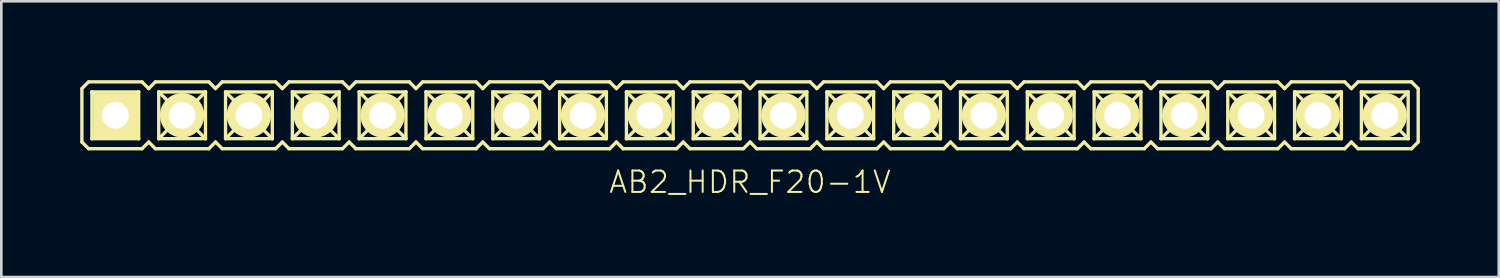
<source format=kicad_pcb>
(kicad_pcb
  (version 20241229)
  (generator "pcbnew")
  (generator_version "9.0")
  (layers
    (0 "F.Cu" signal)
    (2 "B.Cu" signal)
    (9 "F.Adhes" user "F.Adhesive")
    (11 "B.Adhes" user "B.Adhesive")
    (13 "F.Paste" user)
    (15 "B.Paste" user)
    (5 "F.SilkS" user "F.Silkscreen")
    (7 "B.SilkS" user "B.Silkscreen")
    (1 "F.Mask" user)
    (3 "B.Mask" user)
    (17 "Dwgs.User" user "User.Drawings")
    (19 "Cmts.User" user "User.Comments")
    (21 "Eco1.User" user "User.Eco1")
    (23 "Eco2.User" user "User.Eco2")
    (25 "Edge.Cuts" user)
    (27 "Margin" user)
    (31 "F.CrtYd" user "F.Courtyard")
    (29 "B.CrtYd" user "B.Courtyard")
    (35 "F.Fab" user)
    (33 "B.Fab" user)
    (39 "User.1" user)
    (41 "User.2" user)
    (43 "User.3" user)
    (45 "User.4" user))
  (footprint "AB2_HDR_F20-1V"
    (layer "F.Cu")
    (at 25.463 1.333)
    (property "Reference" "AB2_HDR_F20-1V" (at 0 2.54 0) (layer "F.SilkS") (effects (font (size 0.813 0.813) (thickness 0.076))))
    (attr through_hole)
    (fp_line (start -25.4 -1.016) (end -25.146 -1.27) (stroke (width 0.127) (type solid)) (layer "F.SilkS"))
    (fp_line (start -25.4 1.016) (end -25.4 -1.016) (stroke (width 0.127) (type solid)) (layer "F.SilkS"))
    (fp_line (start -25.146 -1.27) (end -23.114 -1.27) (stroke (width 0.127) (type solid)) (layer "F.SilkS"))
    (fp_line (start -25.146 1.27) (end -25.4 1.016) (stroke (width 0.127) (type solid)) (layer "F.SilkS"))
    (fp_line (start -25.019 -0.889) (end -23.241 -0.889) (stroke (width 0.127) (type solid)) (layer "F.SilkS"))
    (fp_line (start -25.019 0.889) (end -25.019 -0.889) (stroke (width 0.127) (type solid)) (layer "F.SilkS"))
    (fp_line (start -24.638 -0.508) (end -25.019 -0.889) (stroke (width 0.127) (type solid)) (layer "F.SilkS"))
    (fp_line (start -24.638 -0.508) (end -23.622 -0.508) (stroke (width 0.127) (type solid)) (layer "F.SilkS"))
    (fp_line (start -24.638 0.508) (end -25.019 0.889) (stroke (width 0.127) (type solid)) (layer "F.SilkS"))
    (fp_line (start -24.638 0.508) (end -24.638 -0.508) (stroke (width 0.127) (type solid)) (layer "F.SilkS"))
    (fp_line (start -23.622 -0.508) (end -23.622 0.508) (stroke (width 0.127) (type solid)) (layer "F.SilkS"))
    (fp_line (start -23.622 -0.508) (end -23.241 -0.889) (stroke (width 0.127) (type solid)) (layer "F.SilkS"))
    (fp_line (start -23.622 0.508) (end -24.638 0.508) (stroke (width 0.127) (type solid)) (layer "F.SilkS"))
    (fp_line (start -23.622 0.508) (end -23.241 0.889) (stroke (width 0.127) (type solid)) (layer "F.SilkS"))
    (fp_line (start -23.241 -0.889) (end -23.241 0.889) (stroke (width 0.127) (type solid)) (layer "F.SilkS"))
    (fp_line (start -23.241 0.889) (end -25.019 0.889) (stroke (width 0.127) (type solid)) (layer "F.SilkS"))
    (fp_line (start -23.114 -1.27) (end -22.86 -1.016) (stroke (width 0.127) (type solid)) (layer "F.SilkS"))
    (fp_line (start -23.114 1.27) (end -25.146 1.27) (stroke (width 0.127) (type solid)) (layer "F.SilkS"))
    (fp_line (start -22.86 -1.016) (end -22.606 -1.27) (stroke (width 0.127) (type solid)) (layer "F.SilkS"))
    (fp_line (start -22.86 1.016) (end -23.114 1.27) (stroke (width 0.127) (type solid)) (layer "F.SilkS"))
    (fp_line (start -22.606 -1.27) (end -20.574 -1.27) (stroke (width 0.127) (type solid)) (layer "F.SilkS"))
    (fp_line (start -22.606 1.27) (end -22.86 1.016) (stroke (width 0.127) (type solid)) (layer "F.SilkS"))
    (fp_line (start -22.479 -0.889) (end -20.701 -0.889) (stroke (width 0.127) (type solid)) (layer "F.SilkS"))
    (fp_line (start -22.479 0.889) (end -22.479 -0.889) (stroke (width 0.127) (type solid)) (layer "F.SilkS"))
    (fp_line (start -22.098 -0.508) (end -22.479 -0.889) (stroke (width 0.127) (type solid)) (layer "F.SilkS"))
    (fp_line (start -22.098 -0.508) (end -21.082 -0.508) (stroke (width 0.127) (type solid)) (layer "F.SilkS"))
    (fp_line (start -22.098 0.508) (end -22.479 0.889) (stroke (width 0.127) (type solid)) (layer "F.SilkS"))
    (fp_line (start -22.098 0.508) (end -22.098 -0.508) (stroke (width 0.127) (type solid)) (layer "F.SilkS"))
    (fp_line (start -21.082 -0.508) (end -21.082 0.508) (stroke (width 0.127) (type solid)) (layer "F.SilkS"))
    (fp_line (start -21.082 -0.508) (end -20.701 -0.889) (stroke (width 0.127) (type solid)) (layer "F.SilkS"))
    (fp_line (start -21.082 0.508) (end -22.098 0.508) (stroke (width 0.127) (type solid)) (layer "F.SilkS"))
    (fp_line (start -21.082 0.508) (end -20.701 0.889) (stroke (width 0.127) (type solid)) (layer "F.SilkS"))
    (fp_line (start -20.701 -0.889) (end -20.701 0.889) (stroke (width 0.127) (type solid)) (layer "F.SilkS"))
    (fp_line (start -20.701 0.889) (end -22.479 0.889) (stroke (width 0.127) (type solid)) (layer "F.SilkS"))
    (fp_line (start -20.574 -1.27) (end -20.32 -1.016) (stroke (width 0.127) (type solid)) (layer "F.SilkS"))
    (fp_line (start -20.574 1.27) (end -22.606 1.27) (stroke (width 0.127) (type solid)) (layer "F.SilkS"))
    (fp_line (start -20.32 -1.016) (end -20.066 -1.27) (stroke (width 0.127) (type solid)) (layer "F.SilkS"))
    (fp_line (start -20.32 1.016) (end -20.574 1.27) (stroke (width 0.127) (type solid)) (layer "F.SilkS"))
    (fp_line (start -20.066 -1.27) (end -18.034 -1.27) (stroke (width 0.127) (type solid)) (layer "F.SilkS"))
    (fp_line (start -20.066 1.27) (end -20.32 1.016) (stroke (width 0.127) (type solid)) (layer "F.SilkS"))
    (fp_line (start -19.939 -0.889) (end -18.161 -0.889) (stroke (width 0.127) (type solid)) (layer "F.SilkS"))
    (fp_line (start -19.939 0.889) (end -19.939 -0.889) (stroke (width 0.127) (type solid)) (layer "F.SilkS"))
    (fp_line (start -19.558 -0.508) (end -19.939 -0.889) (stroke (width 0.127) (type solid)) (layer "F.SilkS"))
    (fp_line (start -19.558 -0.508) (end -18.542 -0.508) (stroke (width 0.127) (type solid)) (layer "F.SilkS"))
    (fp_line (start -19.558 0.508) (end -19.939 0.889) (stroke (width 0.127) (type solid)) (layer "F.SilkS"))
    (fp_line (start -19.558 0.508) (end -19.558 -0.508) (stroke (width 0.127) (type solid)) (layer "F.SilkS"))
    (fp_line (start -18.542 -0.508) (end -18.542 0.508) (stroke (width 0.127) (type solid)) (layer "F.SilkS"))
    (fp_line (start -18.542 -0.508) (end -18.161 -0.889) (stroke (width 0.127) (type solid)) (layer "F.SilkS"))
    (fp_line (start -18.542 0.508) (end -19.558 0.508) (stroke (width 0.127) (type solid)) (layer "F.SilkS"))
    (fp_line (start -18.542 0.508) (end -18.161 0.889) (stroke (width 0.127) (type solid)) (layer "F.SilkS"))
    (fp_line (start -18.161 -0.889) (end -18.161 0.889) (stroke (width 0.127) (type solid)) (layer "F.SilkS"))
    (fp_line (start -18.161 0.889) (end -19.939 0.889) (stroke (width 0.127) (type solid)) (layer "F.SilkS"))
    (fp_line (start -18.034 -1.27) (end -17.78 -1.016) (stroke (width 0.127) (type solid)) (layer "F.SilkS"))
    (fp_line (start -18.034 1.27) (end -20.066 1.27) (stroke (width 0.127) (type solid)) (layer "F.SilkS"))
    (fp_line (start -17.78 -1.016) (end -17.526 -1.27) (stroke (width 0.127) (type solid)) (layer "F.SilkS"))
    (fp_line (start -17.78 1.016) (end -18.034 1.27) (stroke (width 0.127) (type solid)) (layer "F.SilkS"))
    (fp_line (start -17.526 -1.27) (end -15.494 -1.27) (stroke (width 0.127) (type solid)) (layer "F.SilkS"))
    (fp_line (start -17.526 1.27) (end -17.78 1.016) (stroke (width 0.127) (type solid)) (layer "F.SilkS"))
    (fp_line (start -17.399 -0.889) (end -15.621 -0.889) (stroke (width 0.127) (type solid)) (layer "F.SilkS"))
    (fp_line (start -17.399 0.889) (end -17.399 -0.889) (stroke (width 0.127) (type solid)) (layer "F.SilkS"))
    (fp_line (start -17.018 -0.508) (end -17.399 -0.889) (stroke (width 0.127) (type solid)) (layer "F.SilkS"))
    (fp_line (start -17.018 -0.508) (end -16.002 -0.508) (stroke (width 0.127) (type solid)) (layer "F.SilkS"))
    (fp_line (start -17.018 0.508) (end -17.399 0.889) (stroke (width 0.127) (type solid)) (layer "F.SilkS"))
    (fp_line (start -17.018 0.508) (end -17.018 -0.508) (stroke (width 0.127) (type solid)) (layer "F.SilkS"))
    (fp_line (start -16.002 -0.508) (end -16.002 0.508) (stroke (width 0.127) (type solid)) (layer "F.SilkS"))
    (fp_line (start -16.002 -0.508) (end -15.621 -0.889) (stroke (width 0.127) (type solid)) (layer "F.SilkS"))
    (fp_line (start -16.002 0.508) (end -17.018 0.508) (stroke (width 0.127) (type solid)) (layer "F.SilkS"))
    (fp_line (start -16.002 0.508) (end -15.621 0.889) (stroke (width 0.127) (type solid)) (layer "F.SilkS"))
    (fp_line (start -15.621 -0.889) (end -15.621 0.889) (stroke (width 0.127) (type solid)) (layer "F.SilkS"))
    (fp_line (start -15.621 0.889) (end -17.399 0.889) (stroke (width 0.127) (type solid)) (layer "F.SilkS"))
    (fp_line (start -15.494 -1.27) (end -15.24 -1.016) (stroke (width 0.127) (type solid)) (layer "F.SilkS"))
    (fp_line (start -15.494 1.27) (end -17.526 1.27) (stroke (width 0.127) (type solid)) (layer "F.SilkS"))
    (fp_line (start -15.24 -1.016) (end -14.986 -1.27) (stroke (width 0.127) (type solid)) (layer "F.SilkS"))
    (fp_line (start -15.24 1.016) (end -15.494 1.27) (stroke (width 0.127) (type solid)) (layer "F.SilkS"))
    (fp_line (start -14.986 -1.27) (end -12.954 -1.27) (stroke (width 0.127) (type solid)) (layer "F.SilkS"))
    (fp_line (start -14.986 1.27) (end -15.24 1.016) (stroke (width 0.127) (type solid)) (layer "F.SilkS"))
    (fp_line (start -14.859 -0.889) (end -13.081 -0.889) (stroke (width 0.127) (type solid)) (layer "F.SilkS"))
    (fp_line (start -14.859 0.889) (end -14.859 -0.889) (stroke (width 0.127) (type solid)) (layer "F.SilkS"))
    (fp_line (start -14.478 -0.508) (end -14.859 -0.889) (stroke (width 0.127) (type solid)) (layer "F.SilkS"))
    (fp_line (start -14.478 -0.508) (end -13.462 -0.508) (stroke (width 0.127) (type solid)) (layer "F.SilkS"))
    (fp_line (start -14.478 0.508) (end -14.859 0.889) (stroke (width 0.127) (type solid)) (layer "F.SilkS"))
    (fp_line (start -14.478 0.508) (end -14.478 -0.508) (stroke (width 0.127) (type solid)) (layer "F.SilkS"))
    (fp_line (start -13.462 -0.508) (end -13.462 0.508) (stroke (width 0.127) (type solid)) (layer "F.SilkS"))
    (fp_line (start -13.462 -0.508) (end -13.081 -0.889) (stroke (width 0.127) (type solid)) (layer "F.SilkS"))
    (fp_line (start -13.462 0.508) (end -14.478 0.508) (stroke (width 0.127) (type solid)) (layer "F.SilkS"))
    (fp_line (start -13.462 0.508) (end -13.081 0.889) (stroke (width 0.127) (type solid)) (layer "F.SilkS"))
    (fp_line (start -13.081 -0.889) (end -13.081 0.889) (stroke (width 0.127) (type solid)) (layer "F.SilkS"))
    (fp_line (start -13.081 0.889) (end -14.859 0.889) (stroke (width 0.127) (type solid)) (layer "F.SilkS"))
    (fp_line (start -12.954 -1.27) (end -12.7 -1.016) (stroke (width 0.127) (type solid)) (layer "F.SilkS"))
    (fp_line (start -12.954 1.27) (end -14.986 1.27) (stroke (width 0.127) (type solid)) (layer "F.SilkS"))
    (fp_line (start -12.7 -1.016) (end -12.446 -1.27) (stroke (width 0.127) (type solid)) (layer "F.SilkS"))
    (fp_line (start -12.7 1.016) (end -12.954 1.27) (stroke (width 0.127) (type solid)) (layer "F.SilkS"))
    (fp_line (start -12.446 -1.27) (end -10.414 -1.27) (stroke (width 0.127) (type solid)) (layer "F.SilkS"))
    (fp_line (start -12.446 1.27) (end -12.7 1.016) (stroke (width 0.127) (type solid)) (layer "F.SilkS"))
    (fp_line (start -12.319 -0.889) (end -10.541 -0.889) (stroke (width 0.127) (type solid)) (layer "F.SilkS"))
    (fp_line (start -12.319 0.889) (end -12.319 -0.889) (stroke (width 0.127) (type solid)) (layer "F.SilkS"))
    (fp_line (start -11.938 -0.508) (end -12.319 -0.889) (stroke (width 0.127) (type solid)) (layer "F.SilkS"))
    (fp_line (start -11.938 -0.508) (end -10.922 -0.508) (stroke (width 0.127) (type solid)) (layer "F.SilkS"))
    (fp_line (start -11.938 0.508) (end -12.319 0.889) (stroke (width 0.127) (type solid)) (layer "F.SilkS"))
    (fp_line (start -11.938 0.508) (end -11.938 -0.508) (stroke (width 0.127) (type solid)) (layer "F.SilkS"))
    (fp_line (start -10.922 -0.508) (end -10.922 0.508) (stroke (width 0.127) (type solid)) (layer "F.SilkS"))
    (fp_line (start -10.922 -0.508) (end -10.541 -0.889) (stroke (width 0.127) (type solid)) (layer "F.SilkS"))
    (fp_line (start -10.922 0.508) (end -11.938 0.508) (stroke (width 0.127) (type solid)) (layer "F.SilkS"))
    (fp_line (start -10.922 0.508) (end -10.541 0.889) (stroke (width 0.127) (type solid)) (layer "F.SilkS"))
    (fp_line (start -10.541 -0.889) (end -10.541 0.889) (stroke (width 0.127) (type solid)) (layer "F.SilkS"))
    (fp_line (start -10.541 0.889) (end -12.319 0.889) (stroke (width 0.127) (type solid)) (layer "F.SilkS"))
    (fp_line (start -10.414 -1.27) (end -10.16 -1.016) (stroke (width 0.127) (type solid)) (layer "F.SilkS"))
    (fp_line (start -10.414 1.27) (end -12.446 1.27) (stroke (width 0.127) (type solid)) (layer "F.SilkS"))
    (fp_line (start -10.16 -1.016) (end -9.906 -1.27) (stroke (width 0.127) (type solid)) (layer "F.SilkS"))
    (fp_line (start -10.16 1.016) (end -10.414 1.27) (stroke (width 0.127) (type solid)) (layer "F.SilkS"))
    (fp_line (start -9.906 -1.27) (end -7.874 -1.27) (stroke (width 0.127) (type solid)) (layer "F.SilkS"))
    (fp_line (start -9.906 1.27) (end -10.16 1.016) (stroke (width 0.127) (type solid)) (layer "F.SilkS"))
    (fp_line (start -9.779 -0.889) (end -8.001 -0.889) (stroke (width 0.127) (type solid)) (layer "F.SilkS"))
    (fp_line (start -9.779 0.889) (end -9.779 -0.889) (stroke (width 0.127) (type solid)) (layer "F.SilkS"))
    (fp_line (start -9.398 -0.508) (end -9.779 -0.889) (stroke (width 0.127) (type solid)) (layer "F.SilkS"))
    (fp_line (start -9.398 -0.508) (end -8.382 -0.508) (stroke (width 0.127) (type solid)) (layer "F.SilkS"))
    (fp_line (start -9.398 0.508) (end -9.779 0.889) (stroke (width 0.127) (type solid)) (layer "F.SilkS"))
    (fp_line (start -9.398 0.508) (end -9.398 -0.508) (stroke (width 0.127) (type solid)) (layer "F.SilkS"))
    (fp_line (start -8.382 -0.508) (end -8.382 0.508) (stroke (width 0.127) (type solid)) (layer "F.SilkS"))
    (fp_line (start -8.382 -0.508) (end -8.001 -0.889) (stroke (width 0.127) (type solid)) (layer "F.SilkS"))
    (fp_line (start -8.382 0.508) (end -9.398 0.508) (stroke (width 0.127) (type solid)) (layer "F.SilkS"))
    (fp_line (start -8.382 0.508) (end -8.001 0.889) (stroke (width 0.127) (type solid)) (layer "F.SilkS"))
    (fp_line (start -8.001 -0.889) (end -8.001 0.889) (stroke (width 0.127) (type solid)) (layer "F.SilkS"))
    (fp_line (start -8.001 0.889) (end -9.779 0.889) (stroke (width 0.127) (type solid)) (layer "F.SilkS"))
    (fp_line (start -7.874 -1.27) (end -7.62 -1.016) (stroke (width 0.127) (type solid)) (layer "F.SilkS"))
    (fp_line (start -7.874 1.27) (end -9.906 1.27) (stroke (width 0.127) (type solid)) (layer "F.SilkS"))
    (fp_line (start -7.62 -1.016) (end -7.366 -1.27) (stroke (width 0.127) (type solid)) (layer "F.SilkS"))
    (fp_line (start -7.62 1.016) (end -7.874 1.27) (stroke (width 0.127) (type solid)) (layer "F.SilkS"))
    (fp_line (start -7.366 -1.27) (end -5.334 -1.27) (stroke (width 0.127) (type solid)) (layer "F.SilkS"))
    (fp_line (start -7.366 1.27) (end -7.62 1.016) (stroke (width 0.127) (type solid)) (layer "F.SilkS"))
    (fp_line (start -7.239 -0.889) (end -5.461 -0.889) (stroke (width 0.127) (type solid)) (layer "F.SilkS"))
    (fp_line (start -7.239 0.889) (end -7.239 -0.889) (stroke (width 0.127) (type solid)) (layer "F.SilkS"))
    (fp_line (start -6.858 -0.508) (end -7.239 -0.889) (stroke (width 0.127) (type solid)) (layer "F.SilkS"))
    (fp_line (start -6.858 -0.508) (end -5.842 -0.508) (stroke (width 0.127) (type solid)) (layer "F.SilkS"))
    (fp_line (start -6.858 0.508) (end -7.239 0.889) (stroke (width 0.127) (type solid)) (layer "F.SilkS"))
    (fp_line (start -6.858 0.508) (end -6.858 -0.508) (stroke (width 0.127) (type solid)) (layer "F.SilkS"))
    (fp_line (start -5.842 -0.508) (end -5.842 0.508) (stroke (width 0.127) (type solid)) (layer "F.SilkS"))
    (fp_line (start -5.842 -0.508) (end -5.461 -0.889) (stroke (width 0.127) (type solid)) (layer "F.SilkS"))
    (fp_line (start -5.842 0.508) (end -6.858 0.508) (stroke (width 0.127) (type solid)) (layer "F.SilkS"))
    (fp_line (start -5.842 0.508) (end -5.461 0.889) (stroke (width 0.127) (type solid)) (layer "F.SilkS"))
    (fp_line (start -5.461 -0.889) (end -5.461 0.889) (stroke (width 0.127) (type solid)) (layer "F.SilkS"))
    (fp_line (start -5.461 0.889) (end -7.239 0.889) (stroke (width 0.127) (type solid)) (layer "F.SilkS"))
    (fp_line (start -5.334 -1.27) (end -5.08 -1.016) (stroke (width 0.127) (type solid)) (layer "F.SilkS"))
    (fp_line (start -5.334 1.27) (end -7.366 1.27) (stroke (width 0.127) (type solid)) (layer "F.SilkS"))
    (fp_line (start -5.08 -1.016) (end -4.826 -1.27) (stroke (width 0.127) (type solid)) (layer "F.SilkS"))
    (fp_line (start -5.08 1.016) (end -5.334 1.27) (stroke (width 0.127) (type solid)) (layer "F.SilkS"))
    (fp_line (start -4.826 -1.27) (end -2.794 -1.27) (stroke (width 0.127) (type solid)) (layer "F.SilkS"))
    (fp_line (start -4.826 1.27) (end -5.08 1.016) (stroke (width 0.127) (type solid)) (layer "F.SilkS"))
    (fp_line (start -4.699 -0.889) (end -2.921 -0.889) (stroke (width 0.127) (type solid)) (layer "F.SilkS"))
    (fp_line (start -4.699 0.889) (end -4.699 -0.889) (stroke (width 0.127) (type solid)) (layer "F.SilkS"))
    (fp_line (start -4.318 -0.508) (end -4.699 -0.889) (stroke (width 0.127) (type solid)) (layer "F.SilkS"))
    (fp_line (start -4.318 -0.508) (end -3.302 -0.508) (stroke (width 0.127) (type solid)) (layer "F.SilkS"))
    (fp_line (start -4.318 0.508) (end -4.699 0.889) (stroke (width 0.127) (type solid)) (layer "F.SilkS"))
    (fp_line (start -4.318 0.508) (end -4.318 -0.508) (stroke (width 0.127) (type solid)) (layer "F.SilkS"))
    (fp_line (start -3.302 -0.508) (end -3.302 0.508) (stroke (width 0.127) (type solid)) (layer "F.SilkS"))
    (fp_line (start -3.302 -0.508) (end -2.921 -0.889) (stroke (width 0.127) (type solid)) (layer "F.SilkS"))
    (fp_line (start -3.302 0.508) (end -4.318 0.508) (stroke (width 0.127) (type solid)) (layer "F.SilkS"))
    (fp_line (start -3.302 0.508) (end -2.921 0.889) (stroke (width 0.127) (type solid)) (layer "F.SilkS"))
    (fp_line (start -2.921 -0.889) (end -2.921 0.889) (stroke (width 0.127) (type solid)) (layer "F.SilkS"))
    (fp_line (start -2.921 0.889) (end -4.699 0.889) (stroke (width 0.127) (type solid)) (layer "F.SilkS"))
    (fp_line (start -2.794 -1.27) (end -2.54 -1.016) (stroke (width 0.127) (type solid)) (layer "F.SilkS"))
    (fp_line (start -2.794 1.27) (end -4.826 1.27) (stroke (width 0.127) (type solid)) (layer "F.SilkS"))
    (fp_line (start -2.54 -1.016) (end -2.286 -1.27) (stroke (width 0.127) (type solid)) (layer "F.SilkS"))
    (fp_line (start -2.54 1.016) (end -2.794 1.27) (stroke (width 0.127) (type solid)) (layer "F.SilkS"))
    (fp_line (start -2.286 -1.27) (end -0.254 -1.27) (stroke (width 0.127) (type solid)) (layer "F.SilkS"))
    (fp_line (start -2.286 1.27) (end -2.54 1.016) (stroke (width 0.127) (type solid)) (layer "F.SilkS"))
    (fp_line (start -2.159 -0.889) (end -0.381 -0.889) (stroke (width 0.127) (type solid)) (layer "F.SilkS"))
    (fp_line (start -2.159 0.889) (end -2.159 -0.889) (stroke (width 0.127) (type solid)) (layer "F.SilkS"))
    (fp_line (start -1.778 -0.508) (end -2.159 -0.889) (stroke (width 0.127) (type solid)) (layer "F.SilkS"))
    (fp_line (start -1.778 -0.508) (end -0.762 -0.508) (stroke (width 0.127) (type solid)) (layer "F.SilkS"))
    (fp_line (start -1.778 0.508) (end -2.159 0.889) (stroke (width 0.127) (type solid)) (layer "F.SilkS"))
    (fp_line (start -1.778 0.508) (end -1.778 -0.508) (stroke (width 0.127) (type solid)) (layer "F.SilkS"))
    (fp_line (start -0.762 -0.508) (end -0.762 0.508) (stroke (width 0.127) (type solid)) (layer "F.SilkS"))
    (fp_line (start -0.762 -0.508) (end -0.381 -0.889) (stroke (width 0.127) (type solid)) (layer "F.SilkS"))
    (fp_line (start -0.762 0.508) (end -1.778 0.508) (stroke (width 0.127) (type solid)) (layer "F.SilkS"))
    (fp_line (start -0.762 0.508) (end -0.381 0.889) (stroke (width 0.127) (type solid)) (layer "F.SilkS"))
    (fp_line (start -0.381 -0.889) (end -0.381 0.889) (stroke (width 0.127) (type solid)) (layer "F.SilkS"))
    (fp_line (start -0.381 0.889) (end -2.159 0.889) (stroke (width 0.127) (type solid)) (layer "F.SilkS"))
    (fp_line (start -0.254 -1.27) (end 0 -1.016) (stroke (width 0.127) (type solid)) (layer "F.SilkS"))
    (fp_line (start -0.254 1.27) (end -2.286 1.27) (stroke (width 0.127) (type solid)) (layer "F.SilkS"))
    (fp_line (start 0 -1.016) (end 0.254 -1.27) (stroke (width 0.127) (type solid)) (layer "F.SilkS"))
    (fp_line (start 0 1.016) (end -0.254 1.27) (stroke (width 0.127) (type solid)) (layer "F.SilkS"))
    (fp_line (start 0.254 -1.27) (end 2.286 -1.27) (stroke (width 0.127) (type solid)) (layer "F.SilkS"))
    (fp_line (start 0.254 1.27) (end 0 1.016) (stroke (width 0.127) (type solid)) (layer "F.SilkS"))
    (fp_line (start 0.381 -0.889) (end 2.159 -0.889) (stroke (width 0.127) (type solid)) (layer "F.SilkS"))
    (fp_line (start 0.381 0.889) (end 0.381 -0.889) (stroke (width 0.127) (type solid)) (layer "F.SilkS"))
    (fp_line (start 0.762 -0.508) (end 0.381 -0.889) (stroke (width 0.127) (type solid)) (layer "F.SilkS"))
    (fp_line (start 0.762 -0.508) (end 1.778 -0.508) (stroke (width 0.127) (type solid)) (layer "F.SilkS"))
    (fp_line (start 0.762 0.508) (end 0.381 0.889) (stroke (width 0.127) (type solid)) (layer "F.SilkS"))
    (fp_line (start 0.762 0.508) (end 0.762 -0.508) (stroke (width 0.127) (type solid)) (layer "F.SilkS"))
    (fp_line (start 1.778 -0.508) (end 1.778 0.508) (stroke (width 0.127) (type solid)) (layer "F.SilkS"))
    (fp_line (start 1.778 -0.508) (end 2.159 -0.889) (stroke (width 0.127) (type solid)) (layer "F.SilkS"))
    (fp_line (start 1.778 0.508) (end 0.762 0.508) (stroke (width 0.127) (type solid)) (layer "F.SilkS"))
    (fp_line (start 1.778 0.508) (end 2.159 0.889) (stroke (width 0.127) (type solid)) (layer "F.SilkS"))
    (fp_line (start 2.159 -0.889) (end 2.159 0.889) (stroke (width 0.127) (type solid)) (layer "F.SilkS"))
    (fp_line (start 2.159 0.889) (end 0.381 0.889) (stroke (width 0.127) (type solid)) (layer "F.SilkS"))
    (fp_line (start 2.286 -1.27) (end 2.54 -1.016) (stroke (width 0.127) (type solid)) (layer "F.SilkS"))
    (fp_line (start 2.286 1.27) (end 0.254 1.27) (stroke (width 0.127) (type solid)) (layer "F.SilkS"))
    (fp_line (start 2.54 -1.016) (end 2.794 -1.27) (stroke (width 0.127) (type solid)) (layer "F.SilkS"))
    (fp_line (start 2.54 1.016) (end 2.286 1.27) (stroke (width 0.127) (type solid)) (layer "F.SilkS"))
    (fp_line (start 2.794 -1.27) (end 4.826 -1.27) (stroke (width 0.127) (type solid)) (layer "F.SilkS"))
    (fp_line (start 2.794 1.27) (end 2.54 1.016) (stroke (width 0.127) (type solid)) (layer "F.SilkS"))
    (fp_line (start 2.921 -0.889) (end 4.699 -0.889) (stroke (width 0.127) (type solid)) (layer "F.SilkS"))
    (fp_line (start 2.921 0.889) (end 2.921 -0.889) (stroke (width 0.127) (type solid)) (layer "F.SilkS"))
    (fp_line (start 3.302 -0.508) (end 2.921 -0.889) (stroke (width 0.127) (type solid)) (layer "F.SilkS"))
    (fp_line (start 3.302 -0.508) (end 4.318 -0.508) (stroke (width 0.127) (type solid)) (layer "F.SilkS"))
    (fp_line (start 3.302 0.508) (end 2.921 0.889) (stroke (width 0.127) (type solid)) (layer "F.SilkS"))
    (fp_line (start 3.302 0.508) (end 3.302 -0.508) (stroke (width 0.127) (type solid)) (layer "F.SilkS"))
    (fp_line (start 4.318 -0.508) (end 4.318 0.508) (stroke (width 0.127) (type solid)) (layer "F.SilkS"))
    (fp_line (start 4.318 -0.508) (end 4.699 -0.889) (stroke (width 0.127) (type solid)) (layer "F.SilkS"))
    (fp_line (start 4.318 0.508) (end 3.302 0.508) (stroke (width 0.127) (type solid)) (layer "F.SilkS"))
    (fp_line (start 4.318 0.508) (end 4.699 0.889) (stroke (width 0.127) (type solid)) (layer "F.SilkS"))
    (fp_line (start 4.699 -0.889) (end 4.699 0.889) (stroke (width 0.127) (type solid)) (layer "F.SilkS"))
    (fp_line (start 4.699 0.889) (end 2.921 0.889) (stroke (width 0.127) (type solid)) (layer "F.SilkS"))
    (fp_line (start 4.826 -1.27) (end 5.08 -1.016) (stroke (width 0.127) (type solid)) (layer "F.SilkS"))
    (fp_line (start 4.826 1.27) (end 2.794 1.27) (stroke (width 0.127) (type solid)) (layer "F.SilkS"))
    (fp_line (start 5.08 -1.016) (end 5.334 -1.27) (stroke (width 0.127) (type solid)) (layer "F.SilkS"))
    (fp_line (start 5.08 1.016) (end 4.826 1.27) (stroke (width 0.127) (type solid)) (layer "F.SilkS"))
    (fp_line (start 5.334 -1.27) (end 7.366 -1.27) (stroke (width 0.127) (type solid)) (layer "F.SilkS"))
    (fp_line (start 5.334 1.27) (end 5.08 1.016) (stroke (width 0.127) (type solid)) (layer "F.SilkS"))
    (fp_line (start 5.461 -0.889) (end 7.239 -0.889) (stroke (width 0.127) (type solid)) (layer "F.SilkS"))
    (fp_line (start 5.461 0.889) (end 5.461 -0.889) (stroke (width 0.127) (type solid)) (layer "F.SilkS"))
    (fp_line (start 5.842 -0.508) (end 5.461 -0.889) (stroke (width 0.127) (type solid)) (layer "F.SilkS"))
    (fp_line (start 5.842 -0.508) (end 6.858 -0.508) (stroke (width 0.127) (type solid)) (layer "F.SilkS"))
    (fp_line (start 5.842 0.508) (end 5.461 0.889) (stroke (width 0.127) (type solid)) (layer "F.SilkS"))
    (fp_line (start 5.842 0.508) (end 5.842 -0.508) (stroke (width 0.127) (type solid)) (layer "F.SilkS"))
    (fp_line (start 6.858 -0.508) (end 6.858 0.508) (stroke (width 0.127) (type solid)) (layer "F.SilkS"))
    (fp_line (start 6.858 -0.508) (end 7.239 -0.889) (stroke (width 0.127) (type solid)) (layer "F.SilkS"))
    (fp_line (start 6.858 0.508) (end 5.842 0.508) (stroke (width 0.127) (type solid)) (layer "F.SilkS"))
    (fp_line (start 6.858 0.508) (end 7.239 0.889) (stroke (width 0.127) (type solid)) (layer "F.SilkS"))
    (fp_line (start 7.239 -0.889) (end 7.239 0.889) (stroke (width 0.127) (type solid)) (layer "F.SilkS"))
    (fp_line (start 7.239 0.889) (end 5.461 0.889) (stroke (width 0.127) (type solid)) (layer "F.SilkS"))
    (fp_line (start 7.366 -1.27) (end 7.62 -1.016) (stroke (width 0.127) (type solid)) (layer "F.SilkS"))
    (fp_line (start 7.366 1.27) (end 5.334 1.27) (stroke (width 0.127) (type solid)) (layer "F.SilkS"))
    (fp_line (start 7.62 -1.016) (end 7.874 -1.27) (stroke (width 0.127) (type solid)) (layer "F.SilkS"))
    (fp_line (start 7.62 1.016) (end 7.366 1.27) (stroke (width 0.127) (type solid)) (layer "F.SilkS"))
    (fp_line (start 7.874 -1.27) (end 9.906 -1.27) (stroke (width 0.127) (type solid)) (layer "F.SilkS"))
    (fp_line (start 7.874 1.27) (end 7.62 1.016) (stroke (width 0.127) (type solid)) (layer "F.SilkS"))
    (fp_line (start 8.001 -0.889) (end 9.779 -0.889) (stroke (width 0.127) (type solid)) (layer "F.SilkS"))
    (fp_line (start 8.001 0.889) (end 8.001 -0.889) (stroke (width 0.127) (type solid)) (layer "F.SilkS"))
    (fp_line (start 8.382 -0.508) (end 8.001 -0.889) (stroke (width 0.127) (type solid)) (layer "F.SilkS"))
    (fp_line (start 8.382 -0.508) (end 9.398 -0.508) (stroke (width 0.127) (type solid)) (layer "F.SilkS"))
    (fp_line (start 8.382 0.508) (end 8.001 0.889) (stroke (width 0.127) (type solid)) (layer "F.SilkS"))
    (fp_line (start 8.382 0.508) (end 8.382 -0.508) (stroke (width 0.127) (type solid)) (layer "F.SilkS"))
    (fp_line (start 9.398 -0.508) (end 9.398 0.508) (stroke (width 0.127) (type solid)) (layer "F.SilkS"))
    (fp_line (start 9.398 -0.508) (end 9.779 -0.889) (stroke (width 0.127) (type solid)) (layer "F.SilkS"))
    (fp_line (start 9.398 0.508) (end 8.382 0.508) (stroke (width 0.127) (type solid)) (layer "F.SilkS"))
    (fp_line (start 9.398 0.508) (end 9.779 0.889) (stroke (width 0.127) (type solid)) (layer "F.SilkS"))
    (fp_line (start 9.779 -0.889) (end 9.779 0.889) (stroke (width 0.127) (type solid)) (layer "F.SilkS"))
    (fp_line (start 9.779 0.889) (end 8.001 0.889) (stroke (width 0.127) (type solid)) (layer "F.SilkS"))
    (fp_line (start 9.906 -1.27) (end 10.16 -1.016) (stroke (width 0.127) (type solid)) (layer "F.SilkS"))
    (fp_line (start 9.906 1.27) (end 7.874 1.27) (stroke (width 0.127) (type solid)) (layer "F.SilkS"))
    (fp_line (start 10.16 -1.016) (end 10.414 -1.27) (stroke (width 0.127) (type solid)) (layer "F.SilkS"))
    (fp_line (start 10.16 1.016) (end 9.906 1.27) (stroke (width 0.127) (type solid)) (layer "F.SilkS"))
    (fp_line (start 10.414 -1.27) (end 12.446 -1.27) (stroke (width 0.127) (type solid)) (layer "F.SilkS"))
    (fp_line (start 10.414 1.27) (end 10.16 1.016) (stroke (width 0.127) (type solid)) (layer "F.SilkS"))
    (fp_line (start 10.541 -0.889) (end 12.319 -0.889) (stroke (width 0.127) (type solid)) (layer "F.SilkS"))
    (fp_line (start 10.541 0.889) (end 10.541 -0.889) (stroke (width 0.127) (type solid)) (layer "F.SilkS"))
    (fp_line (start 10.922 -0.508) (end 10.541 -0.889) (stroke (width 0.127) (type solid)) (layer "F.SilkS"))
    (fp_line (start 10.922 -0.508) (end 11.938 -0.508) (stroke (width 0.127) (type solid)) (layer "F.SilkS"))
    (fp_line (start 10.922 0.508) (end 10.541 0.889) (stroke (width 0.127) (type solid)) (layer "F.SilkS"))
    (fp_line (start 10.922 0.508) (end 10.922 -0.508) (stroke (width 0.127) (type solid)) (layer "F.SilkS"))
    (fp_line (start 11.938 -0.508) (end 11.938 0.508) (stroke (width 0.127) (type solid)) (layer "F.SilkS"))
    (fp_line (start 11.938 -0.508) (end 12.319 -0.889) (stroke (width 0.127) (type solid)) (layer "F.SilkS"))
    (fp_line (start 11.938 0.508) (end 10.922 0.508) (stroke (width 0.127) (type solid)) (layer "F.SilkS"))
    (fp_line (start 11.938 0.508) (end 12.319 0.889) (stroke (width 0.127) (type solid)) (layer "F.SilkS"))
    (fp_line (start 12.319 -0.889) (end 12.319 0.889) (stroke (width 0.127) (type solid)) (layer "F.SilkS"))
    (fp_line (start 12.319 0.889) (end 10.541 0.889) (stroke (width 0.127) (type solid)) (layer "F.SilkS"))
    (fp_line (start 12.446 -1.27) (end 12.7 -1.016) (stroke (width 0.127) (type solid)) (layer "F.SilkS"))
    (fp_line (start 12.446 1.27) (end 10.414 1.27) (stroke (width 0.127) (type solid)) (layer "F.SilkS"))
    (fp_line (start 12.7 -1.016) (end 12.954 -1.27) (stroke (width 0.127) (type solid)) (layer "F.SilkS"))
    (fp_line (start 12.7 1.016) (end 12.446 1.27) (stroke (width 0.127) (type solid)) (layer "F.SilkS"))
    (fp_line (start 12.954 -1.27) (end 14.986 -1.27) (stroke (width 0.127) (type solid)) (layer "F.SilkS"))
    (fp_line (start 12.954 1.27) (end 12.7 1.016) (stroke (width 0.127) (type solid)) (layer "F.SilkS"))
    (fp_line (start 13.081 -0.889) (end 14.859 -0.889) (stroke (width 0.127) (type solid)) (layer "F.SilkS"))
    (fp_line (start 13.081 0.889) (end 13.081 -0.889) (stroke (width 0.127) (type solid)) (layer "F.SilkS"))
    (fp_line (start 13.462 -0.508) (end 13.081 -0.889) (stroke (width 0.127) (type solid)) (layer "F.SilkS"))
    (fp_line (start 13.462 -0.508) (end 14.478 -0.508) (stroke (width 0.127) (type solid)) (layer "F.SilkS"))
    (fp_line (start 13.462 0.508) (end 13.081 0.889) (stroke (width 0.127) (type solid)) (layer "F.SilkS"))
    (fp_line (start 13.462 0.508) (end 13.462 -0.508) (stroke (width 0.127) (type solid)) (layer "F.SilkS"))
    (fp_line (start 14.478 -0.508) (end 14.478 0.508) (stroke (width 0.127) (type solid)) (layer "F.SilkS"))
    (fp_line (start 14.478 -0.508) (end 14.859 -0.889) (stroke (width 0.127) (type solid)) (layer "F.SilkS"))
    (fp_line (start 14.478 0.508) (end 13.462 0.508) (stroke (width 0.127) (type solid)) (layer "F.SilkS"))
    (fp_line (start 14.478 0.508) (end 14.859 0.889) (stroke (width 0.127) (type solid)) (layer "F.SilkS"))
    (fp_line (start 14.859 -0.889) (end 14.859 0.889) (stroke (width 0.127) (type solid)) (layer "F.SilkS"))
    (fp_line (start 14.859 0.889) (end 13.081 0.889) (stroke (width 0.127) (type solid)) (layer "F.SilkS"))
    (fp_line (start 14.986 -1.27) (end 15.24 -1.016) (stroke (width 0.127) (type solid)) (layer "F.SilkS"))
    (fp_line (start 14.986 1.27) (end 12.954 1.27) (stroke (width 0.127) (type solid)) (layer "F.SilkS"))
    (fp_line (start 15.24 -1.016) (end 15.494 -1.27) (stroke (width 0.127) (type solid)) (layer "F.SilkS"))
    (fp_line (start 15.24 1.016) (end 14.986 1.27) (stroke (width 0.127) (type solid)) (layer "F.SilkS"))
    (fp_line (start 15.494 -1.27) (end 17.526 -1.27) (stroke (width 0.127) (type solid)) (layer "F.SilkS"))
    (fp_line (start 15.494 1.27) (end 15.24 1.016) (stroke (width 0.127) (type solid)) (layer "F.SilkS"))
    (fp_line (start 15.621 -0.889) (end 17.399 -0.889) (stroke (width 0.127) (type solid)) (layer "F.SilkS"))
    (fp_line (start 15.621 0.889) (end 15.621 -0.889) (stroke (width 0.127) (type solid)) (layer "F.SilkS"))
    (fp_line (start 16.002 -0.508) (end 15.621 -0.889) (stroke (width 0.127) (type solid)) (layer "F.SilkS"))
    (fp_line (start 16.002 -0.508) (end 17.018 -0.508) (stroke (width 0.127) (type solid)) (layer "F.SilkS"))
    (fp_line (start 16.002 0.508) (end 15.621 0.889) (stroke (width 0.127) (type solid)) (layer "F.SilkS"))
    (fp_line (start 16.002 0.508) (end 16.002 -0.508) (stroke (width 0.127) (type solid)) (layer "F.SilkS"))
    (fp_line (start 17.018 -0.508) (end 17.018 0.508) (stroke (width 0.127) (type solid)) (layer "F.SilkS"))
    (fp_line (start 17.018 -0.508) (end 17.399 -0.889) (stroke (width 0.127) (type solid)) (layer "F.SilkS"))
    (fp_line (start 17.018 0.508) (end 16.002 0.508) (stroke (width 0.127) (type solid)) (layer "F.SilkS"))
    (fp_line (start 17.018 0.508) (end 17.399 0.889) (stroke (width 0.127) (type solid)) (layer "F.SilkS"))
    (fp_line (start 17.399 -0.889) (end 17.399 0.889) (stroke (width 0.127) (type solid)) (layer "F.SilkS"))
    (fp_line (start 17.399 0.889) (end 15.621 0.889) (stroke (width 0.127) (type solid)) (layer "F.SilkS"))
    (fp_line (start 17.526 -1.27) (end 17.78 -1.016) (stroke (width 0.127) (type solid)) (layer "F.SilkS"))
    (fp_line (start 17.526 1.27) (end 15.494 1.27) (stroke (width 0.127) (type solid)) (layer "F.SilkS"))
    (fp_line (start 17.78 -1.016) (end 18.034 -1.27) (stroke (width 0.127) (type solid)) (layer "F.SilkS"))
    (fp_line (start 17.78 1.016) (end 17.526 1.27) (stroke (width 0.127) (type solid)) (layer "F.SilkS"))
    (fp_line (start 18.034 -1.27) (end 20.066 -1.27) (stroke (width 0.127) (type solid)) (layer "F.SilkS"))
    (fp_line (start 18.034 1.27) (end 17.78 1.016) (stroke (width 0.127) (type solid)) (layer "F.SilkS"))
    (fp_line (start 18.161 -0.889) (end 19.939 -0.889) (stroke (width 0.127) (type solid)) (layer "F.SilkS"))
    (fp_line (start 18.161 0.889) (end 18.161 -0.889) (stroke (width 0.127) (type solid)) (layer "F.SilkS"))
    (fp_line (start 18.542 -0.508) (end 18.161 -0.889) (stroke (width 0.127) (type solid)) (layer "F.SilkS"))
    (fp_line (start 18.542 -0.508) (end 19.558 -0.508) (stroke (width 0.127) (type solid)) (layer "F.SilkS"))
    (fp_line (start 18.542 0.508) (end 18.161 0.889) (stroke (width 0.127) (type solid)) (layer "F.SilkS"))
    (fp_line (start 18.542 0.508) (end 18.542 -0.508) (stroke (width 0.127) (type solid)) (layer "F.SilkS"))
    (fp_line (start 19.558 -0.508) (end 19.558 0.508) (stroke (width 0.127) (type solid)) (layer "F.SilkS"))
    (fp_line (start 19.558 -0.508) (end 19.939 -0.889) (stroke (width 0.127) (type solid)) (layer "F.SilkS"))
    (fp_line (start 19.558 0.508) (end 18.542 0.508) (stroke (width 0.127) (type solid)) (layer "F.SilkS"))
    (fp_line (start 19.558 0.508) (end 19.939 0.889) (stroke (width 0.127) (type solid)) (layer "F.SilkS"))
    (fp_line (start 19.939 -0.889) (end 19.939 0.889) (stroke (width 0.127) (type solid)) (layer "F.SilkS"))
    (fp_line (start 19.939 0.889) (end 18.161 0.889) (stroke (width 0.127) (type solid)) (layer "F.SilkS"))
    (fp_line (start 20.066 -1.27) (end 20.32 -1.016) (stroke (width 0.127) (type solid)) (layer "F.SilkS"))
    (fp_line (start 20.066 1.27) (end 18.034 1.27) (stroke (width 0.127) (type solid)) (layer "F.SilkS"))
    (fp_line (start 20.32 -1.016) (end 20.574 -1.27) (stroke (width 0.127) (type solid)) (layer "F.SilkS"))
    (fp_line (start 20.32 1.016) (end 20.066 1.27) (stroke (width 0.127) (type solid)) (layer "F.SilkS"))
    (fp_line (start 20.574 -1.27) (end 22.606 -1.27) (stroke (width 0.127) (type solid)) (layer "F.SilkS"))
    (fp_line (start 20.574 1.27) (end 20.32 1.016) (stroke (width 0.127) (type solid)) (layer "F.SilkS"))
    (fp_line (start 20.701 -0.889) (end 22.479 -0.889) (stroke (width 0.127) (type solid)) (layer "F.SilkS"))
    (fp_line (start 20.701 0.889) (end 20.701 -0.889) (stroke (width 0.127) (type solid)) (layer "F.SilkS"))
    (fp_line (start 21.082 -0.508) (end 20.701 -0.889) (stroke (width 0.127) (type solid)) (layer "F.SilkS"))
    (fp_line (start 21.082 -0.508) (end 22.098 -0.508) (stroke (width 0.127) (type solid)) (layer "F.SilkS"))
    (fp_line (start 21.082 0.508) (end 20.701 0.889) (stroke (width 0.127) (type solid)) (layer "F.SilkS"))
    (fp_line (start 21.082 0.508) (end 21.082 -0.508) (stroke (width 0.127) (type solid)) (layer "F.SilkS"))
    (fp_line (start 22.098 -0.508) (end 22.098 0.508) (stroke (width 0.127) (type solid)) (layer "F.SilkS"))
    (fp_line (start 22.098 -0.508) (end 22.479 -0.889) (stroke (width 0.127) (type solid)) (layer "F.SilkS"))
    (fp_line (start 22.098 0.508) (end 21.082 0.508) (stroke (width 0.127) (type solid)) (layer "F.SilkS"))
    (fp_line (start 22.098 0.508) (end 22.479 0.889) (stroke (width 0.127) (type solid)) (layer "F.SilkS"))
    (fp_line (start 22.479 -0.889) (end 22.479 0.889) (stroke (width 0.127) (type solid)) (layer "F.SilkS"))
    (fp_line (start 22.479 0.889) (end 20.701 0.889) (stroke (width 0.127) (type solid)) (layer "F.SilkS"))
    (fp_line (start 22.606 -1.27) (end 22.86 -1.016) (stroke (width 0.127) (type solid)) (layer "F.SilkS"))
    (fp_line (start 22.606 1.27) (end 20.574 1.27) (stroke (width 0.127) (type solid)) (layer "F.SilkS"))
    (fp_line (start 22.86 -1.016) (end 23.114 -1.27) (stroke (width 0.127) (type solid)) (layer "F.SilkS"))
    (fp_line (start 22.86 1.016) (end 22.606 1.27) (stroke (width 0.127) (type solid)) (layer "F.SilkS"))
    (fp_line (start 23.114 -1.27) (end 25.146 -1.27) (stroke (width 0.127) (type solid)) (layer "F.SilkS"))
    (fp_line (start 23.114 1.27) (end 22.86 1.016) (stroke (width 0.127) (type solid)) (layer "F.SilkS"))
    (fp_line (start 23.241 -0.889) (end 25.019 -0.889) (stroke (width 0.127) (type solid)) (layer "F.SilkS"))
    (fp_line (start 23.241 0.889) (end 23.241 -0.889) (stroke (width 0.127) (type solid)) (layer "F.SilkS"))
    (fp_line (start 23.622 -0.508) (end 23.241 -0.889) (stroke (width 0.127) (type solid)) (layer "F.SilkS"))
    (fp_line (start 23.622 -0.508) (end 24.638 -0.508) (stroke (width 0.127) (type solid)) (layer "F.SilkS"))
    (fp_line (start 23.622 0.508) (end 23.241 0.889) (stroke (width 0.127) (type solid)) (layer "F.SilkS"))
    (fp_line (start 23.622 0.508) (end 23.622 -0.508) (stroke (width 0.127) (type solid)) (layer "F.SilkS"))
    (fp_line (start 24.638 -0.508) (end 24.638 0.508) (stroke (width 0.127) (type solid)) (layer "F.SilkS"))
    (fp_line (start 24.638 -0.508) (end 25.019 -0.889) (stroke (width 0.127) (type solid)) (layer "F.SilkS"))
    (fp_line (start 24.638 0.508) (end 23.622 0.508) (stroke (width 0.127) (type solid)) (layer "F.SilkS"))
    (fp_line (start 24.638 0.508) (end 25.019 0.889) (stroke (width 0.127) (type solid)) (layer "F.SilkS"))
    (fp_line (start 25.019 -0.889) (end 25.019 0.889) (stroke (width 0.127) (type solid)) (layer "F.SilkS"))
    (fp_line (start 25.019 0.889) (end 23.241 0.889) (stroke (width 0.127) (type solid)) (layer "F.SilkS"))
    (fp_line (start 25.146 -1.27) (end 25.4 -1.016) (stroke (width 0.127) (type solid)) (layer "F.SilkS"))
    (fp_line (start 25.146 1.27) (end 23.114 1.27) (stroke (width 0.127) (type solid)) (layer "F.SilkS"))
    (fp_line (start 25.4 1.016) (end 25.146 1.27) (stroke (width 0.127) (type solid)) (layer "F.SilkS"))
    (fp_line (start 25.4 1.016) (end 25.4 -1.016) (stroke (width 0.127) (type solid)) (layer "F.SilkS"))
    (pad "1" thru_hole rect (at -24.13 0) (size 1.676 1.676) (drill 1.016) (layers "*.Cu" "*.Mask" "F.SilkS"))
    (pad "2" thru_hole circle (at -21.59 0) (size 1.676 1.676) (drill 1.016) (layers "*.Cu" "*.Mask" "F.SilkS"))
    (pad "3" thru_hole circle (at -19.05 0) (size 1.676 1.676) (drill 1.016) (layers "*.Cu" "*.Mask" "F.SilkS"))
    (pad "4" thru_hole circle (at -16.51 0) (size 1.676 1.676) (drill 1.016) (layers "*.Cu" "*.Mask" "F.SilkS"))
    (pad "5" thru_hole circle (at -13.97 0) (size 1.676 1.676) (drill 1.016) (layers "*.Cu" "*.Mask" "F.SilkS"))
    (pad "6" thru_hole circle (at -11.43 0) (size 1.676 1.676) (drill 1.016) (layers "*.Cu" "*.Mask" "F.SilkS"))
    (pad "7" thru_hole circle (at -8.89 0) (size 1.676 1.676) (drill 1.016) (layers "*.Cu" "*.Mask" "F.SilkS"))
    (pad "8" thru_hole circle (at -6.35 0) (size 1.676 1.676) (drill 1.016) (layers "*.Cu" "*.Mask" "F.SilkS"))
    (pad "9" thru_hole circle (at -3.81 0) (size 1.676 1.676) (drill 1.016) (layers "*.Cu" "*.Mask" "F.SilkS"))
    (pad "10" thru_hole circle (at -1.27 0) (size 1.676 1.676) (drill 1.016) (layers "*.Cu" "*.Mask" "F.SilkS"))
    (pad "11" thru_hole circle (at 1.27 0) (size 1.676 1.676) (drill 1.016) (layers "*.Cu" "*.Mask" "F.SilkS"))
    (pad "12" thru_hole circle (at 3.81 0) (size 1.676 1.676) (drill 1.016) (layers "*.Cu" "*.Mask" "F.SilkS"))
    (pad "13" thru_hole circle (at 6.35 0) (size 1.676 1.676) (drill 1.016) (layers "*.Cu" "*.Mask" "F.SilkS"))
    (pad "14" thru_hole circle (at 8.89 0) (size 1.676 1.676) (drill 1.016) (layers "*.Cu" "*.Mask" "F.SilkS"))
    (pad "15" thru_hole circle (at 11.43 0) (size 1.676 1.676) (drill 1.016) (layers "*.Cu" "*.Mask" "F.SilkS"))
    (pad "16" thru_hole circle (at 13.97 0) (size 1.676 1.676) (drill 1.016) (layers "*.Cu" "*.Mask" "F.SilkS"))
    (pad "17" thru_hole circle (at 16.51 0) (size 1.676 1.676) (drill 1.016) (layers "*.Cu" "*.Mask" "F.SilkS"))
    (pad "18" thru_hole circle (at 19.05 0) (size 1.676 1.676) (drill 1.016) (layers "*.Cu" "*.Mask" "F.SilkS"))
    (pad "19" thru_hole circle (at 21.59 0) (size 1.676 1.676) (drill 1.016) (layers "*.Cu" "*.Mask" "F.SilkS"))
    (pad "20" thru_hole circle (at 24.13 0) (size 1.676 1.676) (drill 1.016) (layers "*.Cu" "*.Mask" "F.SilkS")))
  (gr_rect
    (start -3 -3)
    (end 53.927 7.483)
    (stroke (width 0.1) (type default))
    (fill no)
    (layer "Edge.Cuts")))
</source>
